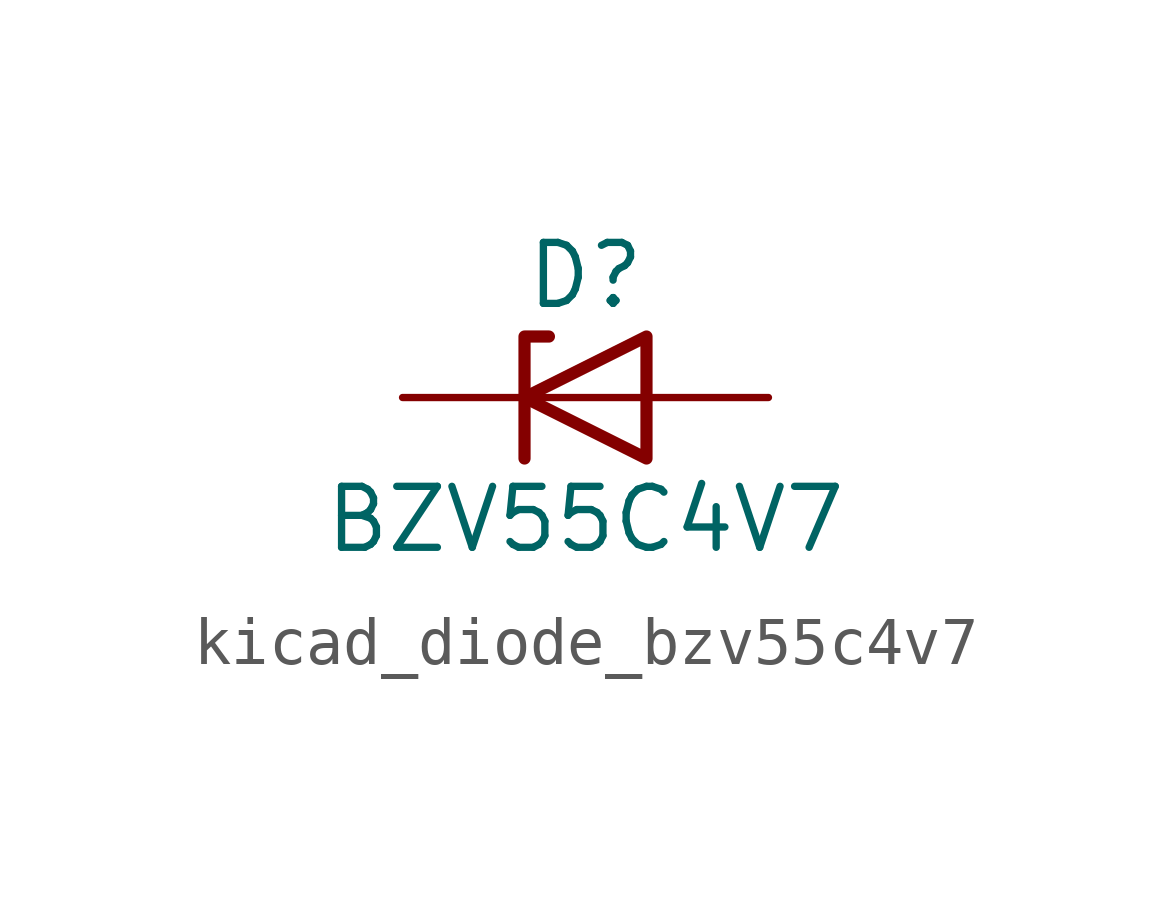
<source format=kicad_sym>
(kicad_symbol_lib
  (version 20220914)
  (generator kicad_symbol_editor)
  (symbol "kicad_diode_bzv55c4v7"
    (pin_numbers hide)
    (pin_names hide)
    (property "Reference" "D"
      (at 0 2.54 0)
      (effects (font (size 1.27 1.27))))
    (property "Value" "BZV55C4V7"
      (at 0 -2.54 0)
      (effects (font (size 1.27 1.27))))
    (symbol "kicad_diode_bzv55c4v7_0_1"
      (polyline (pts (xy 1.27 0) (xy -1.27 0)) (stroke (width 0) (type default)) (fill (type none)))
      (polyline (pts (xy -1.27 -1.27) (xy -1.27 1.27) (xy -0.762 1.27)) (stroke (width 0.254) (type default)) (fill (type none)))
      (polyline (pts (xy 1.27 -1.27) (xy 1.27 1.27) (xy -1.27 0) (xy 1.27 -1.27)) (stroke (width 0.254) (type default)) (fill (type none))))
    (symbol "kicad_diode_bzv55c4v7_1_1"
      (pin passive line (at -3.81 0 0) (length 2.54) (name "K" (effects (font (size 1.27 1.27)))) (number "1" (effects (font (size 1.27 1.27)))))
      (pin passive line (at 3.81 0 180) (length 2.54) (name "A" (effects (font (size 1.27 1.27)))) (number "2" (effects (font (size 1.27 1.27))))))))
</source>
